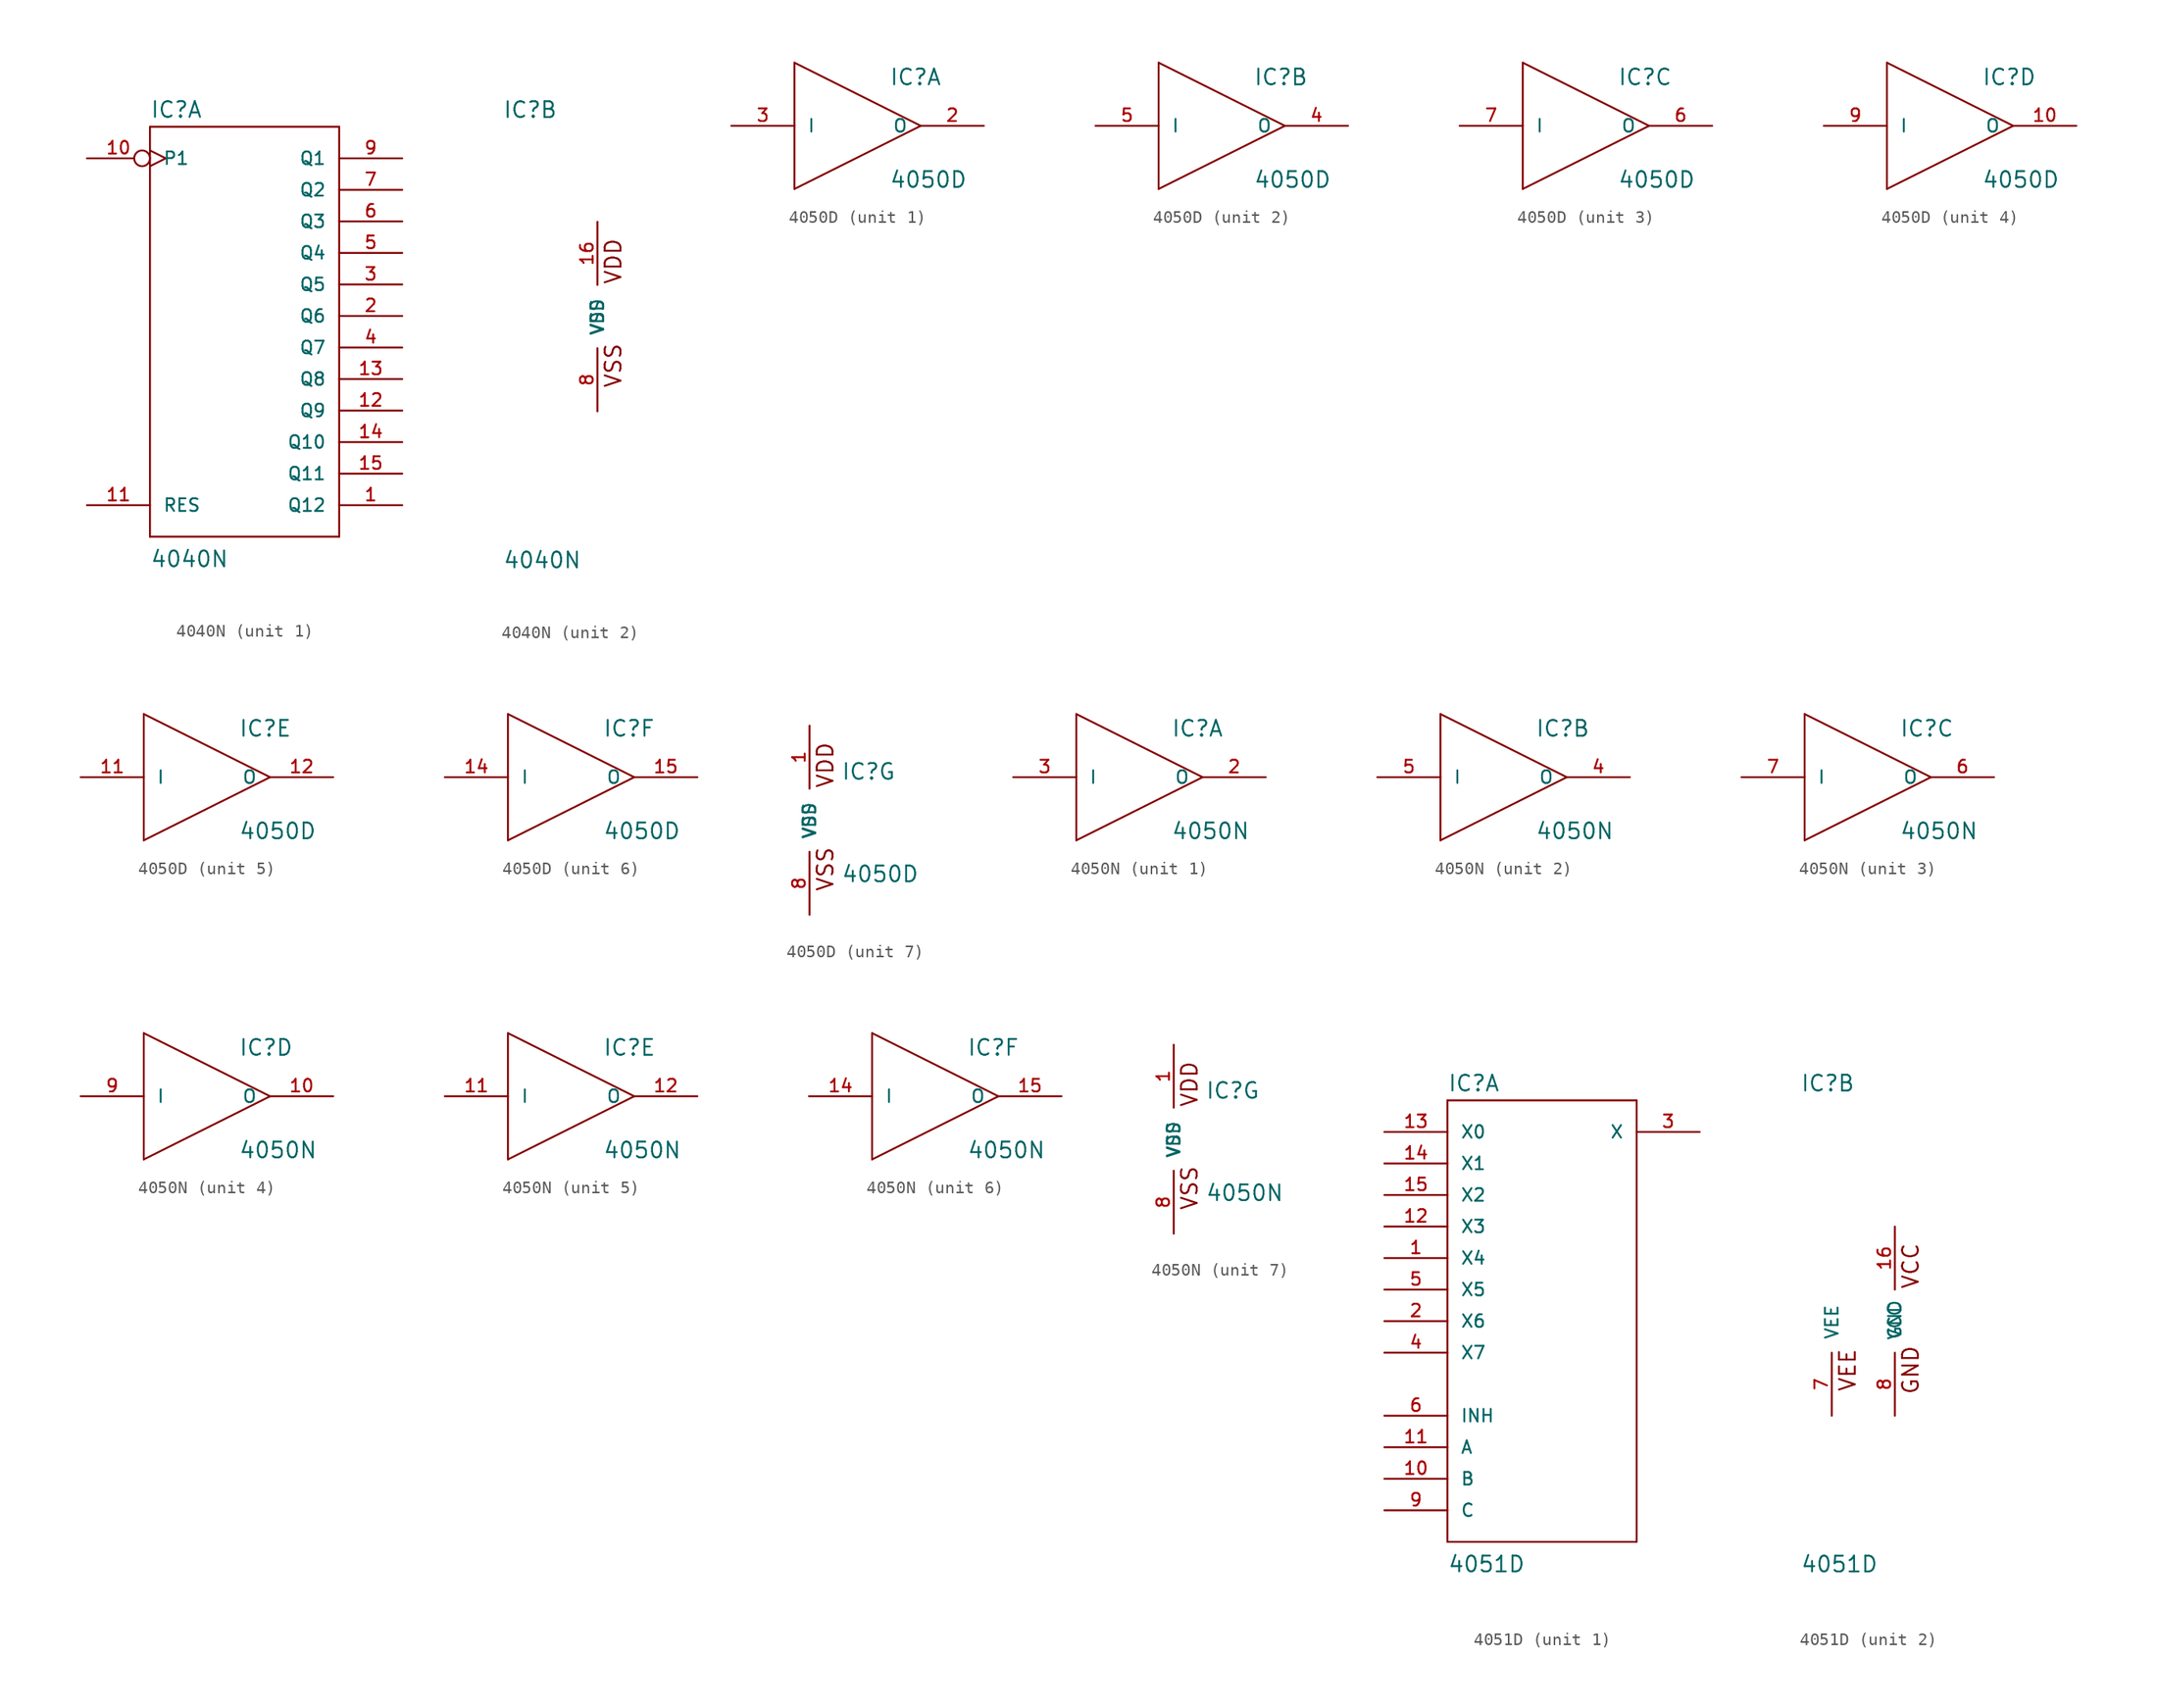
<source format=kicad_sym>
(kicad_symbol_lib
  (version 20211014)
  (generator kicad_symbol_editor)
  (symbol "4040N"
    (pin_names
      (offset 1.016))
    (property "Reference" "IC"
      (at -7.62 15.875 0)
      (effects (font (size 1.27 1.27)) (justify left bottom)))
    (property "Value" "4040N"
      (at -7.62 -20.32 0)
      (effects (font (size 1.27 1.27)) (justify left bottom)))
    (property "ki_locked" ""
      (at 0 0 0)
      (effects (font (size 1.27 1.27))))
    (symbol "4040N_1_0"
      (polyline (pts (xy -7.62 -17.78) (xy 7.62 -17.78)) (stroke (width 0) (type default) (color 0 0 0 0)) (fill (type none)))
      (polyline (pts (xy -7.62 15.24) (xy -7.62 -17.78)) (stroke (width 0) (type default) (color 0 0 0 0)) (fill (type none)))
      (polyline (pts (xy 7.62 -17.78) (xy 7.62 15.24)) (stroke (width 0) (type default) (color 0 0 0 0)) (fill (type none)))
      (polyline (pts (xy 7.62 15.24) (xy -7.62 15.24)) (stroke (width 0) (type default) (color 0 0 0 0)) (fill (type none))))
    (symbol "4040N_1_1"
      (pin output line (at 12.7 -15.24 180) (length 5.08) (name "Q12" (effects (font (size 1.016 1.016)))) (number "1" (effects (font (size 1.016 1.016)))))
      (pin input inverted_clock (at -12.7 12.7 0) (length 5.08) (name "P1" (effects (font (size 1.016 1.016)))) (number "10" (effects (font (size 1.016 1.016)))))
      (pin input line (at -12.7 -15.24 0) (length 5.08) (name "RES" (effects (font (size 1.016 1.016)))) (number "11" (effects (font (size 1.016 1.016)))))
      (pin output line (at 12.7 -7.62 180) (length 5.08) (name "Q9" (effects (font (size 1.016 1.016)))) (number "12" (effects (font (size 1.016 1.016)))))
      (pin output line (at 12.7 -5.08 180) (length 5.08) (name "Q8" (effects (font (size 1.016 1.016)))) (number "13" (effects (font (size 1.016 1.016)))))
      (pin output line (at 12.7 -10.16 180) (length 5.08) (name "Q10" (effects (font (size 1.016 1.016)))) (number "14" (effects (font (size 1.016 1.016)))))
      (pin output line (at 12.7 -12.7 180) (length 5.08) (name "Q11" (effects (font (size 1.016 1.016)))) (number "15" (effects (font (size 1.016 1.016)))))
      (pin output line (at 12.7 0 180) (length 5.08) (name "Q6" (effects (font (size 1.016 1.016)))) (number "2" (effects (font (size 1.016 1.016)))))
      (pin output line (at 12.7 2.54 180) (length 5.08) (name "Q5" (effects (font (size 1.016 1.016)))) (number "3" (effects (font (size 1.016 1.016)))))
      (pin output line (at 12.7 -2.54 180) (length 5.08) (name "Q7" (effects (font (size 1.016 1.016)))) (number "4" (effects (font (size 1.016 1.016)))))
      (pin output line (at 12.7 5.08 180) (length 5.08) (name "Q4" (effects (font (size 1.016 1.016)))) (number "5" (effects (font (size 1.016 1.016)))))
      (pin output line (at 12.7 7.62 180) (length 5.08) (name "Q3" (effects (font (size 1.016 1.016)))) (number "6" (effects (font (size 1.016 1.016)))))
      (pin output line (at 12.7 10.16 180) (length 5.08) (name "Q2" (effects (font (size 1.016 1.016)))) (number "7" (effects (font (size 1.016 1.016)))))
      (pin output line (at 12.7 12.7 180) (length 5.08) (name "Q1" (effects (font (size 1.016 1.016)))) (number "9" (effects (font (size 1.016 1.016))))))
    (symbol "4040N_2_0"
      (text "VDD" (at 1.27 4.445 1) (effects (font (size 1.27 1.27))))
      (text "VSS" (at 1.27 -3.937 1) (effects (font (size 1.27 1.27)))))
    (symbol "4040N_2_1"
      (pin power_in line (at 0 7.62 270) (length 5.08) (name "VDD" (effects (font (size 1.016 1.016)))) (number "16" (effects (font (size 1.016 1.016)))))
      (pin power_in line (at 0 -7.62 90) (length 5.08) (name "VSS" (effects (font (size 1.016 1.016)))) (number "8" (effects (font (size 1.016 1.016)))))))
  (symbol "4050D"
    (pin_names
      (offset 1.016))
    (property "Reference" "IC"
      (at 2.54 3.175 0)
      (effects (font (size 1.27 1.27)) (justify left bottom)))
    (property "Value" "4050D"
      (at 2.54 -5.08 0)
      (effects (font (size 1.27 1.27)) (justify left bottom)))
    (property "ki_locked" ""
      (at 0 0 0)
      (effects (font (size 1.27 1.27))))
    (symbol "4050D_1_0"
      (polyline (pts (xy -5.08 -5.08) (xy 5.08 0)) (stroke (width 0) (type default) (color 0 0 0 0)) (fill (type none)))
      (polyline (pts (xy -5.08 5.08) (xy -5.08 -5.08)) (stroke (width 0) (type default) (color 0 0 0 0)) (fill (type none)))
      (polyline (pts (xy 5.08 0) (xy -5.08 5.08)) (stroke (width 0) (type default) (color 0 0 0 0)) (fill (type none))))
    (symbol "4050D_1_1"
      (pin output line (at 10.16 0 180) (length 5.08) (name "O" (effects (font (size 1.016 1.016)))) (number "2" (effects (font (size 1.016 1.016)))))
      (pin input line (at -10.16 0 0) (length 5.08) (name "I" (effects (font (size 1.016 1.016)))) (number "3" (effects (font (size 1.016 1.016))))))
    (symbol "4050D_2_0"
      (polyline (pts (xy -5.08 -5.08) (xy 5.08 0)) (stroke (width 0) (type default) (color 0 0 0 0)) (fill (type none)))
      (polyline (pts (xy -5.08 5.08) (xy -5.08 -5.08)) (stroke (width 0) (type default) (color 0 0 0 0)) (fill (type none)))
      (polyline (pts (xy 5.08 0) (xy -5.08 5.08)) (stroke (width 0) (type default) (color 0 0 0 0)) (fill (type none))))
    (symbol "4050D_2_1"
      (pin output line (at 10.16 0 180) (length 5.08) (name "O" (effects (font (size 1.016 1.016)))) (number "4" (effects (font (size 1.016 1.016)))))
      (pin input line (at -10.16 0 0) (length 5.08) (name "I" (effects (font (size 1.016 1.016)))) (number "5" (effects (font (size 1.016 1.016))))))
    (symbol "4050D_3_0"
      (polyline (pts (xy -5.08 -5.08) (xy 5.08 0)) (stroke (width 0) (type default) (color 0 0 0 0)) (fill (type none)))
      (polyline (pts (xy -5.08 5.08) (xy -5.08 -5.08)) (stroke (width 0) (type default) (color 0 0 0 0)) (fill (type none)))
      (polyline (pts (xy 5.08 0) (xy -5.08 5.08)) (stroke (width 0) (type default) (color 0 0 0 0)) (fill (type none))))
    (symbol "4050D_3_1"
      (pin output line (at 10.16 0 180) (length 5.08) (name "O" (effects (font (size 1.016 1.016)))) (number "6" (effects (font (size 1.016 1.016)))))
      (pin input line (at -10.16 0 0) (length 5.08) (name "I" (effects (font (size 1.016 1.016)))) (number "7" (effects (font (size 1.016 1.016))))))
    (symbol "4050D_4_0"
      (polyline (pts (xy -5.08 -5.08) (xy 5.08 0)) (stroke (width 0) (type default) (color 0 0 0 0)) (fill (type none)))
      (polyline (pts (xy -5.08 5.08) (xy -5.08 -5.08)) (stroke (width 0) (type default) (color 0 0 0 0)) (fill (type none)))
      (polyline (pts (xy 5.08 0) (xy -5.08 5.08)) (stroke (width 0) (type default) (color 0 0 0 0)) (fill (type none))))
    (symbol "4050D_4_1"
      (pin output line (at 10.16 0 180) (length 5.08) (name "O" (effects (font (size 1.016 1.016)))) (number "10" (effects (font (size 1.016 1.016)))))
      (pin input line (at -10.16 0 0) (length 5.08) (name "I" (effects (font (size 1.016 1.016)))) (number "9" (effects (font (size 1.016 1.016))))))
    (symbol "4050D_5_0"
      (polyline (pts (xy -5.08 -5.08) (xy 5.08 0)) (stroke (width 0) (type default) (color 0 0 0 0)) (fill (type none)))
      (polyline (pts (xy -5.08 5.08) (xy -5.08 -5.08)) (stroke (width 0) (type default) (color 0 0 0 0)) (fill (type none)))
      (polyline (pts (xy 5.08 0) (xy -5.08 5.08)) (stroke (width 0) (type default) (color 0 0 0 0)) (fill (type none))))
    (symbol "4050D_5_1"
      (pin input line (at -10.16 0 0) (length 5.08) (name "I" (effects (font (size 1.016 1.016)))) (number "11" (effects (font (size 1.016 1.016)))))
      (pin output line (at 10.16 0 180) (length 5.08) (name "O" (effects (font (size 1.016 1.016)))) (number "12" (effects (font (size 1.016 1.016))))))
    (symbol "4050D_6_0"
      (polyline (pts (xy -5.08 -5.08) (xy 5.08 0)) (stroke (width 0) (type default) (color 0 0 0 0)) (fill (type none)))
      (polyline (pts (xy -5.08 5.08) (xy -5.08 -5.08)) (stroke (width 0) (type default) (color 0 0 0 0)) (fill (type none)))
      (polyline (pts (xy 5.08 0) (xy -5.08 5.08)) (stroke (width 0) (type default) (color 0 0 0 0)) (fill (type none))))
    (symbol "4050D_6_1"
      (pin input line (at -10.16 0 0) (length 5.08) (name "I" (effects (font (size 1.016 1.016)))) (number "14" (effects (font (size 1.016 1.016)))))
      (pin output line (at 10.16 0 180) (length 5.08) (name "O" (effects (font (size 1.016 1.016)))) (number "15" (effects (font (size 1.016 1.016))))))
    (symbol "4050D_7_0"
      (text "VDD" (at 1.27 4.445 1) (effects (font (size 1.27 1.27))))
      (text "VSS" (at 1.27 -3.937 1) (effects (font (size 1.27 1.27)))))
    (symbol "4050D_7_1"
      (pin power_in line (at 0 7.62 270) (length 5.08) (name "VDD" (effects (font (size 1.016 1.016)))) (number "1" (effects (font (size 1.016 1.016)))))
      (pin power_in line (at 0 -7.62 90) (length 5.08) (name "VSS" (effects (font (size 1.016 1.016)))) (number "8" (effects (font (size 1.016 1.016)))))))
  (symbol "4050N"
    (pin_names
      (offset 1.016))
    (property "Reference" "IC"
      (at 2.54 3.175 0)
      (effects (font (size 1.27 1.27)) (justify left bottom)))
    (property "Value" "4050N"
      (at 2.54 -5.08 0)
      (effects (font (size 1.27 1.27)) (justify left bottom)))
    (property "ki_locked" ""
      (at 0 0 0)
      (effects (font (size 1.27 1.27))))
    (symbol "4050N_1_0"
      (polyline (pts (xy -5.08 -5.08) (xy 5.08 0)) (stroke (width 0) (type default) (color 0 0 0 0)) (fill (type none)))
      (polyline (pts (xy -5.08 5.08) (xy -5.08 -5.08)) (stroke (width 0) (type default) (color 0 0 0 0)) (fill (type none)))
      (polyline (pts (xy 5.08 0) (xy -5.08 5.08)) (stroke (width 0) (type default) (color 0 0 0 0)) (fill (type none))))
    (symbol "4050N_1_1"
      (pin output line (at 10.16 0 180) (length 5.08) (name "O" (effects (font (size 1.016 1.016)))) (number "2" (effects (font (size 1.016 1.016)))))
      (pin input line (at -10.16 0 0) (length 5.08) (name "I" (effects (font (size 1.016 1.016)))) (number "3" (effects (font (size 1.016 1.016))))))
    (symbol "4050N_2_0"
      (polyline (pts (xy -5.08 -5.08) (xy 5.08 0)) (stroke (width 0) (type default) (color 0 0 0 0)) (fill (type none)))
      (polyline (pts (xy -5.08 5.08) (xy -5.08 -5.08)) (stroke (width 0) (type default) (color 0 0 0 0)) (fill (type none)))
      (polyline (pts (xy 5.08 0) (xy -5.08 5.08)) (stroke (width 0) (type default) (color 0 0 0 0)) (fill (type none))))
    (symbol "4050N_2_1"
      (pin output line (at 10.16 0 180) (length 5.08) (name "O" (effects (font (size 1.016 1.016)))) (number "4" (effects (font (size 1.016 1.016)))))
      (pin input line (at -10.16 0 0) (length 5.08) (name "I" (effects (font (size 1.016 1.016)))) (number "5" (effects (font (size 1.016 1.016))))))
    (symbol "4050N_3_0"
      (polyline (pts (xy -5.08 -5.08) (xy 5.08 0)) (stroke (width 0) (type default) (color 0 0 0 0)) (fill (type none)))
      (polyline (pts (xy -5.08 5.08) (xy -5.08 -5.08)) (stroke (width 0) (type default) (color 0 0 0 0)) (fill (type none)))
      (polyline (pts (xy 5.08 0) (xy -5.08 5.08)) (stroke (width 0) (type default) (color 0 0 0 0)) (fill (type none))))
    (symbol "4050N_3_1"
      (pin output line (at 10.16 0 180) (length 5.08) (name "O" (effects (font (size 1.016 1.016)))) (number "6" (effects (font (size 1.016 1.016)))))
      (pin input line (at -10.16 0 0) (length 5.08) (name "I" (effects (font (size 1.016 1.016)))) (number "7" (effects (font (size 1.016 1.016))))))
    (symbol "4050N_4_0"
      (polyline (pts (xy -5.08 -5.08) (xy 5.08 0)) (stroke (width 0) (type default) (color 0 0 0 0)) (fill (type none)))
      (polyline (pts (xy -5.08 5.08) (xy -5.08 -5.08)) (stroke (width 0) (type default) (color 0 0 0 0)) (fill (type none)))
      (polyline (pts (xy 5.08 0) (xy -5.08 5.08)) (stroke (width 0) (type default) (color 0 0 0 0)) (fill (type none))))
    (symbol "4050N_4_1"
      (pin output line (at 10.16 0 180) (length 5.08) (name "O" (effects (font (size 1.016 1.016)))) (number "10" (effects (font (size 1.016 1.016)))))
      (pin input line (at -10.16 0 0) (length 5.08) (name "I" (effects (font (size 1.016 1.016)))) (number "9" (effects (font (size 1.016 1.016))))))
    (symbol "4050N_5_0"
      (polyline (pts (xy -5.08 -5.08) (xy 5.08 0)) (stroke (width 0) (type default) (color 0 0 0 0)) (fill (type none)))
      (polyline (pts (xy -5.08 5.08) (xy -5.08 -5.08)) (stroke (width 0) (type default) (color 0 0 0 0)) (fill (type none)))
      (polyline (pts (xy 5.08 0) (xy -5.08 5.08)) (stroke (width 0) (type default) (color 0 0 0 0)) (fill (type none))))
    (symbol "4050N_5_1"
      (pin input line (at -10.16 0 0) (length 5.08) (name "I" (effects (font (size 1.016 1.016)))) (number "11" (effects (font (size 1.016 1.016)))))
      (pin output line (at 10.16 0 180) (length 5.08) (name "O" (effects (font (size 1.016 1.016)))) (number "12" (effects (font (size 1.016 1.016))))))
    (symbol "4050N_6_0"
      (polyline (pts (xy -5.08 -5.08) (xy 5.08 0)) (stroke (width 0) (type default) (color 0 0 0 0)) (fill (type none)))
      (polyline (pts (xy -5.08 5.08) (xy -5.08 -5.08)) (stroke (width 0) (type default) (color 0 0 0 0)) (fill (type none)))
      (polyline (pts (xy 5.08 0) (xy -5.08 5.08)) (stroke (width 0) (type default) (color 0 0 0 0)) (fill (type none))))
    (symbol "4050N_6_1"
      (pin input line (at -10.16 0 0) (length 5.08) (name "I" (effects (font (size 1.016 1.016)))) (number "14" (effects (font (size 1.016 1.016)))))
      (pin output line (at 10.16 0 180) (length 5.08) (name "O" (effects (font (size 1.016 1.016)))) (number "15" (effects (font (size 1.016 1.016))))))
    (symbol "4050N_7_0"
      (text "VDD" (at 1.27 4.445 1) (effects (font (size 1.27 1.27))))
      (text "VSS" (at 1.27 -3.937 1) (effects (font (size 1.27 1.27)))))
    (symbol "4050N_7_1"
      (pin power_in line (at 0 7.62 270) (length 5.08) (name "VDD" (effects (font (size 1.016 1.016)))) (number "1" (effects (font (size 1.016 1.016)))))
      (pin power_in line (at 0 -7.62 90) (length 5.08) (name "VSS" (effects (font (size 1.016 1.016)))) (number "8" (effects (font (size 1.016 1.016)))))))
  (symbol "4051D"
    (pin_names
      (offset 1.016))
    (property "Reference" "IC"
      (at -7.62 18.415 0)
      (effects (font (size 1.27 1.27)) (justify left bottom)))
    (property "Value" "4051D"
      (at -7.62 -20.32 0)
      (effects (font (size 1.27 1.27)) (justify left bottom)))
    (property "ki_locked" ""
      (at 0 0 0)
      (effects (font (size 1.27 1.27))))
    (symbol "4051D_1_0"
      (polyline (pts (xy -7.62 -17.78) (xy 7.62 -17.78)) (stroke (width 0) (type default) (color 0 0 0 0)) (fill (type none)))
      (polyline (pts (xy -7.62 17.78) (xy -7.62 -17.78)) (stroke (width 0) (type default) (color 0 0 0 0)) (fill (type none)))
      (polyline (pts (xy 7.62 -17.78) (xy 7.62 17.78)) (stroke (width 0) (type default) (color 0 0 0 0)) (fill (type none)))
      (polyline (pts (xy 7.62 17.78) (xy -7.62 17.78)) (stroke (width 0) (type default) (color 0 0 0 0)) (fill (type none))))
    (symbol "4051D_1_1"
      (pin bidirectional line (at -12.7 5.08 0) (length 5.08) (name "X4" (effects (font (size 1.016 1.016)))) (number "1" (effects (font (size 1.016 1.016)))))
      (pin input line (at -12.7 -12.7 0) (length 5.08) (name "B" (effects (font (size 1.016 1.016)))) (number "10" (effects (font (size 1.016 1.016)))))
      (pin input line (at -12.7 -10.16 0) (length 5.08) (name "A" (effects (font (size 1.016 1.016)))) (number "11" (effects (font (size 1.016 1.016)))))
      (pin bidirectional line (at -12.7 7.62 0) (length 5.08) (name "X3" (effects (font (size 1.016 1.016)))) (number "12" (effects (font (size 1.016 1.016)))))
      (pin bidirectional line (at -12.7 15.24 0) (length 5.08) (name "X0" (effects (font (size 1.016 1.016)))) (number "13" (effects (font (size 1.016 1.016)))))
      (pin bidirectional line (at -12.7 12.7 0) (length 5.08) (name "X1" (effects (font (size 1.016 1.016)))) (number "14" (effects (font (size 1.016 1.016)))))
      (pin bidirectional line (at -12.7 10.16 0) (length 5.08) (name "X2" (effects (font (size 1.016 1.016)))) (number "15" (effects (font (size 1.016 1.016)))))
      (pin bidirectional line (at -12.7 0 0) (length 5.08) (name "X6" (effects (font (size 1.016 1.016)))) (number "2" (effects (font (size 1.016 1.016)))))
      (pin bidirectional line (at 12.7 15.24 180) (length 5.08) (name "X" (effects (font (size 1.016 1.016)))) (number "3" (effects (font (size 1.016 1.016)))))
      (pin bidirectional line (at -12.7 -2.54 0) (length 5.08) (name "X7" (effects (font (size 1.016 1.016)))) (number "4" (effects (font (size 1.016 1.016)))))
      (pin bidirectional line (at -12.7 2.54 0) (length 5.08) (name "X5" (effects (font (size 1.016 1.016)))) (number "5" (effects (font (size 1.016 1.016)))))
      (pin input line (at -12.7 -7.62 0) (length 5.08) (name "INH" (effects (font (size 1.016 1.016)))) (number "6" (effects (font (size 1.016 1.016)))))
      (pin input line (at -12.7 -15.24 0) (length 5.08) (name "C" (effects (font (size 1.016 1.016)))) (number "9" (effects (font (size 1.016 1.016))))))
    (symbol "4051D_2_0"
      (text "GND" (at 1.27 -3.937 1) (effects (font (size 1.27 1.27))))
      (text "VCC" (at 1.27 4.445 1) (effects (font (size 1.27 1.27))))
      (text "VEE" (at -3.81 -3.937 1) (effects (font (size 1.27 1.27)))))
    (symbol "4051D_2_1"
      (pin power_in line (at 0 7.62 270) (length 5.08) (name "VCC" (effects (font (size 1.016 1.016)))) (number "16" (effects (font (size 1.016 1.016)))))
      (pin power_in line (at -5.08 -7.62 90) (length 5.08) (name "VEE" (effects (font (size 1.016 1.016)))) (number "7" (effects (font (size 1.016 1.016)))))
      (pin power_in line (at 0 -7.62 90) (length 5.08) (name "GND" (effects (font (size 1.016 1.016)))) (number "8" (effects (font (size 1.016 1.016))))))))
</source>
